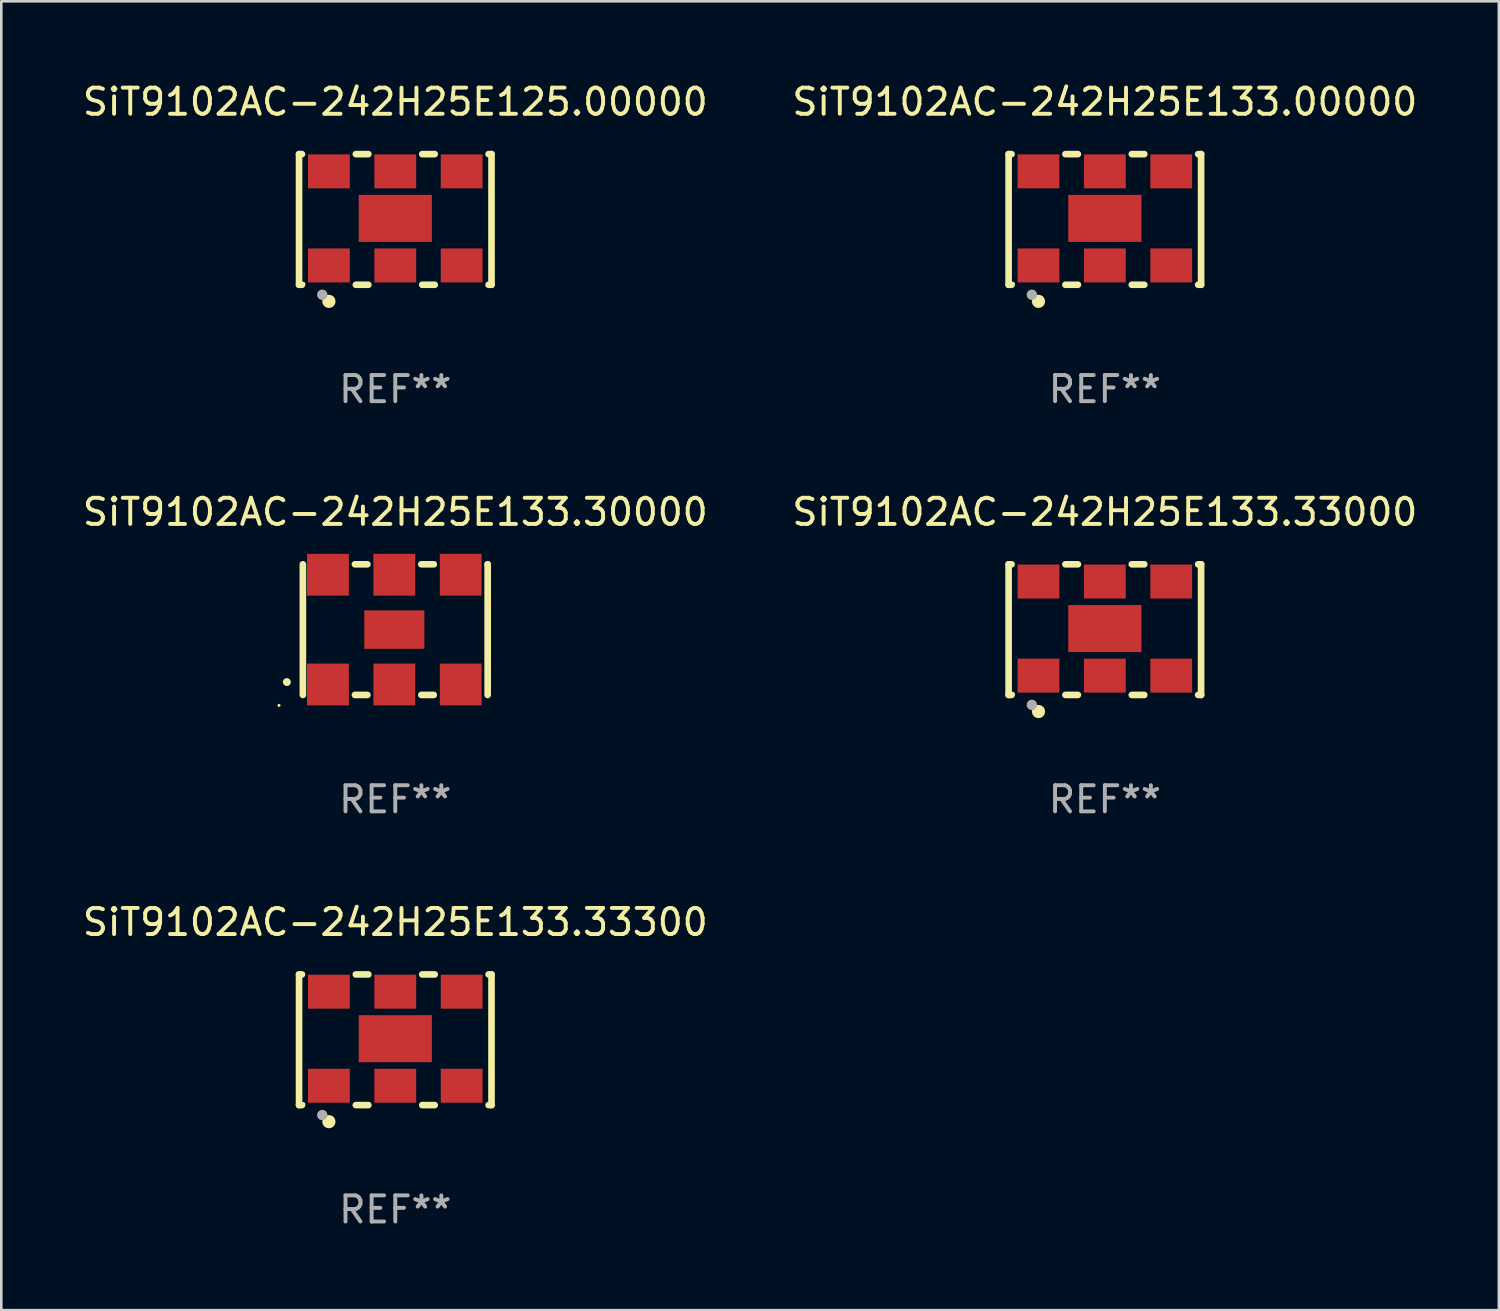
<source format=kicad_pcb>
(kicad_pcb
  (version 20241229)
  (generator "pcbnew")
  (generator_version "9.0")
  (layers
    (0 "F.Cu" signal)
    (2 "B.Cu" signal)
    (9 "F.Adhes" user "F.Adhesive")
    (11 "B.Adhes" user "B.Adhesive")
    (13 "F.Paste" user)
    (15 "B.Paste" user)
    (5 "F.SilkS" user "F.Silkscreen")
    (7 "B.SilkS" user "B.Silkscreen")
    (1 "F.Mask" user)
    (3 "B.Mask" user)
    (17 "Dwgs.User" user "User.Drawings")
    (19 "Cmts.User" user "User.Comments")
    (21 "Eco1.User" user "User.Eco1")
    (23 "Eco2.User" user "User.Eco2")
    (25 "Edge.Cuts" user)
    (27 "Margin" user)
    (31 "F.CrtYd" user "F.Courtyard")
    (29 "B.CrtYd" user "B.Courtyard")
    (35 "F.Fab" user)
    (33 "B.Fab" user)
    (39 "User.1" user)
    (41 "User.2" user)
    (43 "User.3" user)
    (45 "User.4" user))
  (footprint "SiT9102AC-242H25E133.30000"
    (layer "F.Cu")
    (at 12.077 21.045)
    (property "Reference" "SiT9102AC-242H25E133.30000" (at 0 -4.5 0) (layer "F.SilkS") (effects (font (size 1 1) (thickness 0.15))))
    (attr through_hole)
    (fp_line (start -3.536 -2.5) (end -3.536 2.5) (stroke (width 0.254) (type solid)) (layer "F.SilkS"))
    (fp_line (start -1.544 2.5) (end -1.067 2.5) (stroke (width 0.254) (type solid)) (layer "F.SilkS"))
    (fp_line (start -1.067 -2.5) (end -1.544 -2.5) (stroke (width 0.254) (type solid)) (layer "F.SilkS"))
    (fp_line (start 0.996 2.5) (end 1.473 2.5) (stroke (width 0.254) (type solid)) (layer "F.SilkS"))
    (fp_line (start 1.473 -2.5) (end 0.996 -2.5) (stroke (width 0.254) (type solid)) (layer "F.SilkS"))
    (fp_line (start 3.536 -2.5) (end 3.536 -2.5) (stroke (width 0.254) (type solid)) (layer "F.SilkS"))
    (fp_line (start 3.536 2.5) (end 3.536 -2.5) (stroke (width 0.254) (type solid)) (layer "F.SilkS"))
    (fp_arc (start -4.150432 2.006604) (mid -4.149162 2.006599) (end -4.147892 2.006604) (stroke (width 0.3) (type solid)) (layer "F.SilkS"))
    (fp_circle (center -4.449 2.9) (end -4.419 2.9) (stroke (width 0.06) (type solid)) (fill no) (layer "F.SilkS"))
    (fp_text user "REF**" (at 0 6.5 0) (layer "F.Fab") (effects (font (size 1 1) (thickness 0.15))))
    (pad "1" smd rect (at -2.576 2.1) (size 1.6 1.6) (layers "F.Cu" "F.Mask" "F.Paste"))
    (pad "2" smd rect (at -0.036 2.1) (size 1.6 1.6) (layers "F.Cu" "F.Mask" "F.Paste"))
    (pad "3" smd rect (at 2.504 2.1) (size 1.6 1.6) (layers "F.Cu" "F.Mask" "F.Paste"))
    (pad "4" smd rect (at 2.504 -2.1) (size 1.6 1.6) (layers "F.Cu" "F.Mask" "F.Paste"))
    (pad "5" smd rect (at -0.036 -2.1) (size 1.6 1.6) (layers "F.Cu" "F.Mask" "F.Paste"))
    (pad "6" smd rect (at -2.576 -2.1) (size 1.6 1.6) (layers "F.Cu" "F.Mask" "F.Paste"))
    (pad "7" smd rect (at -0.036 0) (size 2.3 1.47) (layers "F.Cu" "F.Mask" "F.Paste")))
  (footprint "SiT9102AC-242H25E133.33300"
    (layer "F.Cu")
    (at 12.077 36.741)
    (property "Reference" "SiT9102AC-242H25E133.33300" (at 0 -4.5 0) (layer "F.SilkS") (effects (font (size 1 1) (thickness 0.15))))
    (attr through_hole)
    (fp_line (start -3.683 -2.5) (end -3.571 -2.5) (stroke (width 0.254) (type solid)) (layer "F.SilkS"))
    (fp_line (start -3.683 2.5) (end -3.683 -2.5) (stroke (width 0.254) (type solid)) (layer "F.SilkS"))
    (fp_line (start -3.683 2.5) (end -3.571 2.5) (stroke (width 0.254) (type solid)) (layer "F.SilkS"))
    (fp_line (start -1.509 -2.5) (end -1.031 -2.5) (stroke (width 0.254) (type solid)) (layer "F.SilkS"))
    (fp_line (start -1.509 2.5) (end -1.031 2.5) (stroke (width 0.254) (type solid)) (layer "F.SilkS"))
    (fp_line (start 1.031 -2.5) (end 1.509 -2.5) (stroke (width 0.254) (type solid)) (layer "F.SilkS"))
    (fp_line (start 1.031 2.5) (end 1.509 2.5) (stroke (width 0.254) (type solid)) (layer "F.SilkS"))
    (fp_line (start 3.571 -2.5) (end 3.683 -2.5) (stroke (width 0.254) (type solid)) (layer "F.SilkS"))
    (fp_line (start 3.571 2.5) (end 3.683 2.5) (stroke (width 0.254) (type solid)) (layer "F.SilkS"))
    (fp_line (start 3.683 2.5) (end 3.683 -2.5) (stroke (width 0.254) (type solid)) (layer "F.SilkS"))
    (fp_circle (center -3.5 2.46) (end -3.47 2.46) (stroke (width 0.06) (type solid)) (fill no) (layer "F.SilkS"))
    (fp_circle (center -2.54 3.135) (end -2.413 3.135) (stroke (width 0.254) (type solid)) (fill no) (layer "F.SilkS"))
    (fp_circle (center -2.794 2.881) (end -2.694 2.881) (stroke (width 0.2) (type solid)) (fill no) (layer "F.Fab"))
    (fp_text user "REF**" (at 0 6.5 0) (layer "F.Fab") (effects (font (size 1 1) (thickness 0.15))))
    (pad "1" smd rect (at -2.54 1.76) (size 1.6 1.3) (layers "F.Cu" "F.Mask" "F.Paste"))
    (pad "2" smd rect (at 0 1.76) (size 1.6 1.3) (layers "F.Cu" "F.Mask" "F.Paste"))
    (pad "3" smd rect (at 2.54 1.76) (size 1.6 1.3) (layers "F.Cu" "F.Mask" "F.Paste"))
    (pad "4" smd rect (at 2.54 -1.84) (size 1.6 1.3) (layers "F.Cu" "F.Mask" "F.Paste"))
    (pad "5" smd rect (at 0 -1.84) (size 1.6 1.3) (layers "F.Cu" "F.Mask" "F.Paste"))
    (pad "6" smd rect (at -2.54 -1.84) (size 1.6 1.3) (layers "F.Cu" "F.Mask" "F.Paste"))
    (pad "7" smd rect (at 0 -0.04) (size 2.8 1.8) (layers "F.Cu" "F.Mask" "F.Paste")))
  (footprint "SiT9102AC-242H25E125.00000"
    (layer "F.Cu")
    (at 12.077 5.348)
    (property "Reference" "SiT9102AC-242H25E125.00000" (at 0 -4.5 0) (layer "F.SilkS") (effects (font (size 1 1) (thickness 0.15))))
    (attr through_hole)
    (fp_line (start -3.683 -2.5) (end -3.571 -2.5) (stroke (width 0.254) (type solid)) (layer "F.SilkS"))
    (fp_line (start -3.683 2.5) (end -3.683 -2.5) (stroke (width 0.254) (type solid)) (layer "F.SilkS"))
    (fp_line (start -3.683 2.5) (end -3.571 2.5) (stroke (width 0.254) (type solid)) (layer "F.SilkS"))
    (fp_line (start -1.509 -2.5) (end -1.031 -2.5) (stroke (width 0.254) (type solid)) (layer "F.SilkS"))
    (fp_line (start -1.509 2.5) (end -1.031 2.5) (stroke (width 0.254) (type solid)) (layer "F.SilkS"))
    (fp_line (start 1.031 -2.5) (end 1.509 -2.5) (stroke (width 0.254) (type solid)) (layer "F.SilkS"))
    (fp_line (start 1.031 2.5) (end 1.509 2.5) (stroke (width 0.254) (type solid)) (layer "F.SilkS"))
    (fp_line (start 3.571 -2.5) (end 3.683 -2.5) (stroke (width 0.254) (type solid)) (layer "F.SilkS"))
    (fp_line (start 3.571 2.5) (end 3.683 2.5) (stroke (width 0.254) (type solid)) (layer "F.SilkS"))
    (fp_line (start 3.683 2.5) (end 3.683 -2.5) (stroke (width 0.254) (type solid)) (layer "F.SilkS"))
    (fp_circle (center -3.5 2.46) (end -3.47 2.46) (stroke (width 0.06) (type solid)) (fill no) (layer "F.SilkS"))
    (fp_circle (center -2.54 3.135) (end -2.413 3.135) (stroke (width 0.254) (type solid)) (fill no) (layer "F.SilkS"))
    (fp_circle (center -2.794 2.881) (end -2.694 2.881) (stroke (width 0.2) (type solid)) (fill no) (layer "F.Fab"))
    (fp_text user "REF**" (at 0 6.5 0) (layer "F.Fab") (effects (font (size 1 1) (thickness 0.15))))
    (pad "1" smd rect (at -2.54 1.76) (size 1.6 1.3) (layers "F.Cu" "F.Mask" "F.Paste"))
    (pad "2" smd rect (at 0 1.76) (size 1.6 1.3) (layers "F.Cu" "F.Mask" "F.Paste"))
    (pad "3" smd rect (at 2.54 1.76) (size 1.6 1.3) (layers "F.Cu" "F.Mask" "F.Paste"))
    (pad "4" smd rect (at 2.54 -1.84) (size 1.6 1.3) (layers "F.Cu" "F.Mask" "F.Paste"))
    (pad "5" smd rect (at 0 -1.84) (size 1.6 1.3) (layers "F.Cu" "F.Mask" "F.Paste"))
    (pad "6" smd rect (at -2.54 -1.84) (size 1.6 1.3) (layers "F.Cu" "F.Mask" "F.Paste"))
    (pad "7" smd rect (at 0 -0.04) (size 2.8 1.8) (layers "F.Cu" "F.Mask" "F.Paste")))
  (footprint "SiT9102AC-242H25E133.33000"
    (layer "F.Cu")
    (at 39.232 21.045)
    (property "Reference" "SiT9102AC-242H25E133.33000" (at 0 -4.5 0) (layer "F.SilkS") (effects (font (size 1 1) (thickness 0.15))))
    (attr through_hole)
    (fp_line (start -3.683 -2.5) (end -3.571 -2.5) (stroke (width 0.254) (type solid)) (layer "F.SilkS"))
    (fp_line (start -3.683 2.5) (end -3.683 -2.5) (stroke (width 0.254) (type solid)) (layer "F.SilkS"))
    (fp_line (start -3.683 2.5) (end -3.571 2.5) (stroke (width 0.254) (type solid)) (layer "F.SilkS"))
    (fp_line (start -1.509 -2.5) (end -1.031 -2.5) (stroke (width 0.254) (type solid)) (layer "F.SilkS"))
    (fp_line (start -1.509 2.5) (end -1.031 2.5) (stroke (width 0.254) (type solid)) (layer "F.SilkS"))
    (fp_line (start 1.031 -2.5) (end 1.509 -2.5) (stroke (width 0.254) (type solid)) (layer "F.SilkS"))
    (fp_line (start 1.031 2.5) (end 1.509 2.5) (stroke (width 0.254) (type solid)) (layer "F.SilkS"))
    (fp_line (start 3.571 -2.5) (end 3.683 -2.5) (stroke (width 0.254) (type solid)) (layer "F.SilkS"))
    (fp_line (start 3.571 2.5) (end 3.683 2.5) (stroke (width 0.254) (type solid)) (layer "F.SilkS"))
    (fp_line (start 3.683 2.5) (end 3.683 -2.5) (stroke (width 0.254) (type solid)) (layer "F.SilkS"))
    (fp_circle (center -3.5 2.46) (end -3.47 2.46) (stroke (width 0.06) (type solid)) (fill no) (layer "F.SilkS"))
    (fp_circle (center -2.54 3.135) (end -2.413 3.135) (stroke (width 0.254) (type solid)) (fill no) (layer "F.SilkS"))
    (fp_circle (center -2.794 2.881) (end -2.694 2.881) (stroke (width 0.2) (type solid)) (fill no) (layer "F.Fab"))
    (fp_text user "REF**" (at 0 6.5 0) (layer "F.Fab") (effects (font (size 1 1) (thickness 0.15))))
    (pad "1" smd rect (at -2.54 1.76) (size 1.6 1.3) (layers "F.Cu" "F.Mask" "F.Paste"))
    (pad "2" smd rect (at 0 1.76) (size 1.6 1.3) (layers "F.Cu" "F.Mask" "F.Paste"))
    (pad "3" smd rect (at 2.54 1.76) (size 1.6 1.3) (layers "F.Cu" "F.Mask" "F.Paste"))
    (pad "4" smd rect (at 2.54 -1.84) (size 1.6 1.3) (layers "F.Cu" "F.Mask" "F.Paste"))
    (pad "5" smd rect (at 0 -1.84) (size 1.6 1.3) (layers "F.Cu" "F.Mask" "F.Paste"))
    (pad "6" smd rect (at -2.54 -1.84) (size 1.6 1.3) (layers "F.Cu" "F.Mask" "F.Paste"))
    (pad "7" smd rect (at 0 -0.04) (size 2.8 1.8) (layers "F.Cu" "F.Mask" "F.Paste")))
  (footprint "SiT9102AC-242H25E133.00000"
    (layer "F.Cu")
    (at 39.232 5.348)
    (property "Reference" "SiT9102AC-242H25E133.00000" (at 0 -4.5 0) (layer "F.SilkS") (effects (font (size 1 1) (thickness 0.15))))
    (attr through_hole)
    (fp_line (start -3.683 -2.5) (end -3.571 -2.5) (stroke (width 0.254) (type solid)) (layer "F.SilkS"))
    (fp_line (start -3.683 2.5) (end -3.683 -2.5) (stroke (width 0.254) (type solid)) (layer "F.SilkS"))
    (fp_line (start -3.683 2.5) (end -3.571 2.5) (stroke (width 0.254) (type solid)) (layer "F.SilkS"))
    (fp_line (start -1.509 -2.5) (end -1.031 -2.5) (stroke (width 0.254) (type solid)) (layer "F.SilkS"))
    (fp_line (start -1.509 2.5) (end -1.031 2.5) (stroke (width 0.254) (type solid)) (layer "F.SilkS"))
    (fp_line (start 1.031 -2.5) (end 1.509 -2.5) (stroke (width 0.254) (type solid)) (layer "F.SilkS"))
    (fp_line (start 1.031 2.5) (end 1.509 2.5) (stroke (width 0.254) (type solid)) (layer "F.SilkS"))
    (fp_line (start 3.571 -2.5) (end 3.683 -2.5) (stroke (width 0.254) (type solid)) (layer "F.SilkS"))
    (fp_line (start 3.571 2.5) (end 3.683 2.5) (stroke (width 0.254) (type solid)) (layer "F.SilkS"))
    (fp_line (start 3.683 2.5) (end 3.683 -2.5) (stroke (width 0.254) (type solid)) (layer "F.SilkS"))
    (fp_circle (center -3.5 2.46) (end -3.47 2.46) (stroke (width 0.06) (type solid)) (fill no) (layer "F.SilkS"))
    (fp_circle (center -2.54 3.135) (end -2.413 3.135) (stroke (width 0.254) (type solid)) (fill no) (layer "F.SilkS"))
    (fp_circle (center -2.794 2.881) (end -2.694 2.881) (stroke (width 0.2) (type solid)) (fill no) (layer "F.Fab"))
    (fp_text user "REF**" (at 0 6.5 0) (layer "F.Fab") (effects (font (size 1 1) (thickness 0.15))))
    (pad "1" smd rect (at -2.54 1.76) (size 1.6 1.3) (layers "F.Cu" "F.Mask" "F.Paste"))
    (pad "2" smd rect (at 0 1.76) (size 1.6 1.3) (layers "F.Cu" "F.Mask" "F.Paste"))
    (pad "3" smd rect (at 2.54 1.76) (size 1.6 1.3) (layers "F.Cu" "F.Mask" "F.Paste"))
    (pad "4" smd rect (at 2.54 -1.84) (size 1.6 1.3) (layers "F.Cu" "F.Mask" "F.Paste"))
    (pad "5" smd rect (at 0 -1.84) (size 1.6 1.3) (layers "F.Cu" "F.Mask" "F.Paste"))
    (pad "6" smd rect (at -2.54 -1.84) (size 1.6 1.3) (layers "F.Cu" "F.Mask" "F.Paste"))
    (pad "7" smd rect (at 0 -0.04) (size 2.8 1.8) (layers "F.Cu" "F.Mask" "F.Paste")))
  (gr_rect
    (start -3 -3)
    (end 54.31 47.09)
    (stroke (width 0.1) (type default))
    (fill no)
    (layer "Edge.Cuts")))
</source>
